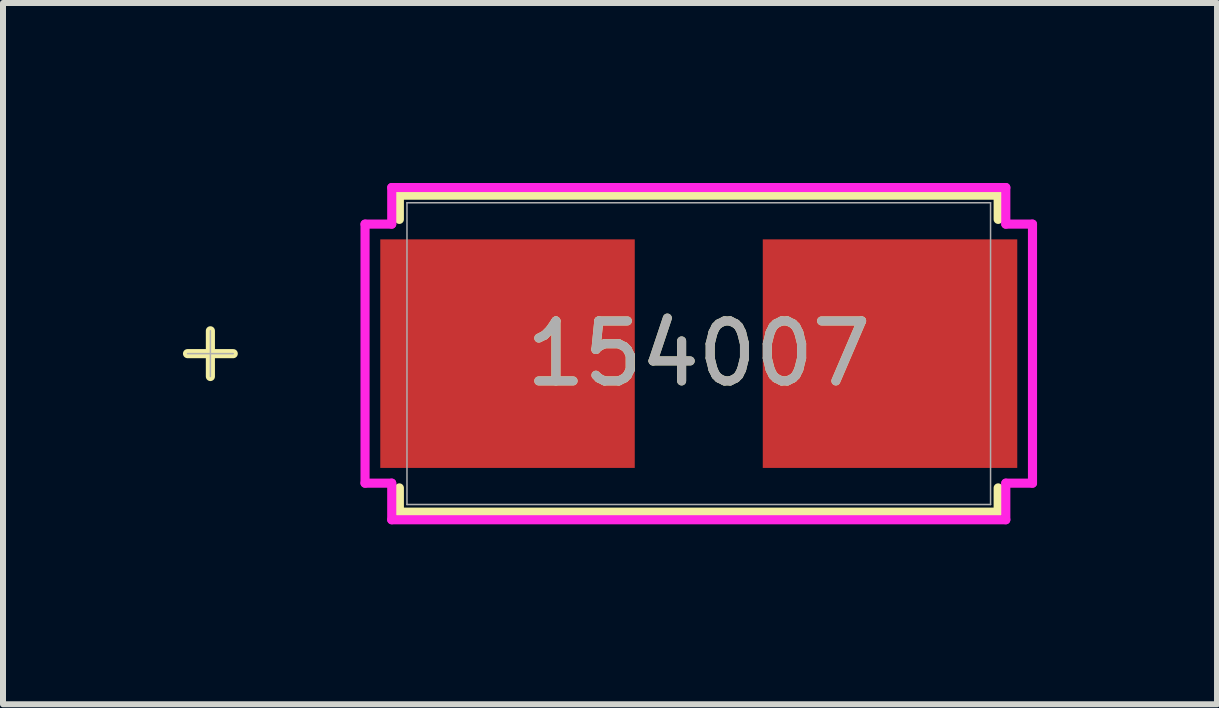
<source format=kicad_pcb>
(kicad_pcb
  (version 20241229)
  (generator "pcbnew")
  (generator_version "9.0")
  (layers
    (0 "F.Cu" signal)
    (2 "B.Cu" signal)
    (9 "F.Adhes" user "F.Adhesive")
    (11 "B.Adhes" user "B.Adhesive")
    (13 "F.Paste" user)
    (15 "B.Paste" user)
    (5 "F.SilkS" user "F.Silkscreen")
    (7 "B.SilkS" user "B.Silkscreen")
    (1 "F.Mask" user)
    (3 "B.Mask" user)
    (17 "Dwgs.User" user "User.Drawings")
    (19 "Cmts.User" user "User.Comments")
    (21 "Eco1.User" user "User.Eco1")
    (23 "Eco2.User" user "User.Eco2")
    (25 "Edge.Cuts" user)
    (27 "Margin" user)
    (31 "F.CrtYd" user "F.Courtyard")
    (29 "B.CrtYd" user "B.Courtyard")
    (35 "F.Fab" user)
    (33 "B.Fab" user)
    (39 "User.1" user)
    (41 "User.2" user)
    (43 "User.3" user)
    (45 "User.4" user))
  (footprint "154007"
    (layer "F.Cu")
    (at 8.598 2.845)
    (property "Reference" "154007" (at 0 0 0) (unlocked yes) (layer "F.SilkS") (effects (font (size 1 1) (thickness 0.15))))
    (attr smd)
    (fp_line (start -8.141 -0.381) (end -8.141 0.381) (stroke (width 0.152) (type solid)) (layer "F.SilkS"))
    (fp_line (start -7.76 0) (end -8.522 0) (stroke (width 0.152) (type solid)) (layer "F.SilkS"))
    (fp_line (start -4.991 -2.642) (end -4.991 -2.238) (stroke (width 0.152) (type solid)) (layer "F.SilkS"))
    (fp_line (start -4.991 2.238) (end -4.991 2.642) (stroke (width 0.152) (type solid)) (layer "F.SilkS"))
    (fp_line (start -4.991 2.642) (end 4.991 2.642) (stroke (width 0.152) (type solid)) (layer "F.SilkS"))
    (fp_line (start 4.991 -2.642) (end -4.991 -2.642) (stroke (width 0.152) (type solid)) (layer "F.SilkS"))
    (fp_line (start 4.991 -2.238) (end 4.991 -2.642) (stroke (width 0.152) (type solid)) (layer "F.SilkS"))
    (fp_line (start 4.991 2.642) (end 4.991 2.238) (stroke (width 0.152) (type solid)) (layer "F.SilkS"))
    (fp_line (start -5.563 -2.159) (end -5.118 -2.159) (stroke (width 0.152) (type solid)) (layer "F.CrtYd"))
    (fp_line (start -5.563 2.159) (end -5.563 -2.159) (stroke (width 0.152) (type solid)) (layer "F.CrtYd"))
    (fp_line (start -5.118 -2.769) (end 5.118 -2.769) (stroke (width 0.152) (type solid)) (layer "F.CrtYd"))
    (fp_line (start -5.118 -2.159) (end -5.118 -2.769) (stroke (width 0.152) (type solid)) (layer "F.CrtYd"))
    (fp_line (start -5.118 2.159) (end -5.563 2.159) (stroke (width 0.152) (type solid)) (layer "F.CrtYd"))
    (fp_line (start -5.118 2.769) (end -5.118 2.159) (stroke (width 0.152) (type solid)) (layer "F.CrtYd"))
    (fp_line (start 5.118 -2.769) (end 5.118 -2.159) (stroke (width 0.152) (type solid)) (layer "F.CrtYd"))
    (fp_line (start 5.118 -2.159) (end 5.563 -2.159) (stroke (width 0.152) (type solid)) (layer "F.CrtYd"))
    (fp_line (start 5.118 2.159) (end 5.118 2.769) (stroke (width 0.152) (type solid)) (layer "F.CrtYd"))
    (fp_line (start 5.118 2.769) (end -5.118 2.769) (stroke (width 0.152) (type solid)) (layer "F.CrtYd"))
    (fp_line (start 5.563 -2.159) (end 5.563 2.159) (stroke (width 0.152) (type solid)) (layer "F.CrtYd"))
    (fp_line (start 5.563 2.159) (end 5.118 2.159) (stroke (width 0.152) (type solid)) (layer "F.CrtYd"))
    (fp_line (start -8.141 -0.381) (end -8.141 0.381) (stroke (width 0.025) (type solid)) (layer "F.Fab"))
    (fp_line (start -7.76 0) (end -8.522 0) (stroke (width 0.025) (type solid)) (layer "F.Fab"))
    (fp_line (start -4.864 -2.515) (end -4.864 2.515) (stroke (width 0.025) (type solid)) (layer "F.Fab"))
    (fp_line (start -4.864 2.515) (end 4.864 2.515) (stroke (width 0.025) (type solid)) (layer "F.Fab"))
    (fp_line (start 4.864 -2.515) (end -4.864 -2.515) (stroke (width 0.025) (type solid)) (layer "F.Fab"))
    (fp_line (start 4.864 2.515) (end 4.864 -2.515) (stroke (width 0.025) (type solid)) (layer "F.Fab"))
    (fp_text user "${REFERENCE}" (at 0 0 0) (unlocked yes) (layer "F.Fab") (effects (font (size 1 1) (thickness 0.15))))
    (pad "1" smd rect (at -3.188 0) (size 4.242 3.81) (layers "F.Cu" "F.Mask" "F.Paste"))
    (pad "2" smd rect (at 3.188 0) (size 4.242 3.81) (layers "F.Cu" "F.Mask" "F.Paste"))
    (zone (net_name "") (layer "F.Cu") (hatch full 0.508) (connect_pads) (min_thickness 0.254) (filled_areas_thickness no) (keepout (tracks not_allowed) (vias not_allowed) (pads allowed) (copperpour not_allowed) (footprints allowed)) (placement (enabled no)) (fill) (polygon (pts (xy 3.785 0.381) (xy 13.411 0.381) (xy 13.411 0.889) (xy 3.785 0.889))))
    (zone (net_name "") (layer "F.Cu") (hatch full 0.508) (connect_pads) (min_thickness 0.254) (filled_areas_thickness no) (keepout (tracks not_allowed) (vias not_allowed) (pads allowed) (copperpour not_allowed) (footprints allowed)) (placement (enabled no)) (fill) (polygon (pts (xy 3.785 4.801) (xy 13.411 4.801) (xy 13.411 5.309) (xy 3.785 5.309))))
    (zone (net_name "") (layer "F.Cu") (hatch full 0.508) (connect_pads) (min_thickness 0.254) (filled_areas_thickness no) (keepout (tracks not_allowed) (vias not_allowed) (pads allowed) (copperpour not_allowed) (footprints allowed)) (placement (enabled no)) (fill) (polygon (pts (xy 7.328 0.889) (xy 9.868 0.889) (xy 9.868 4.801) (xy 7.328 4.801)))))
  (gr_rect
    (start -3 -3)
    (end 17.237 8.69)
    (stroke (width 0.1) (type default))
    (fill no)
    (layer "Edge.Cuts")))
</source>
